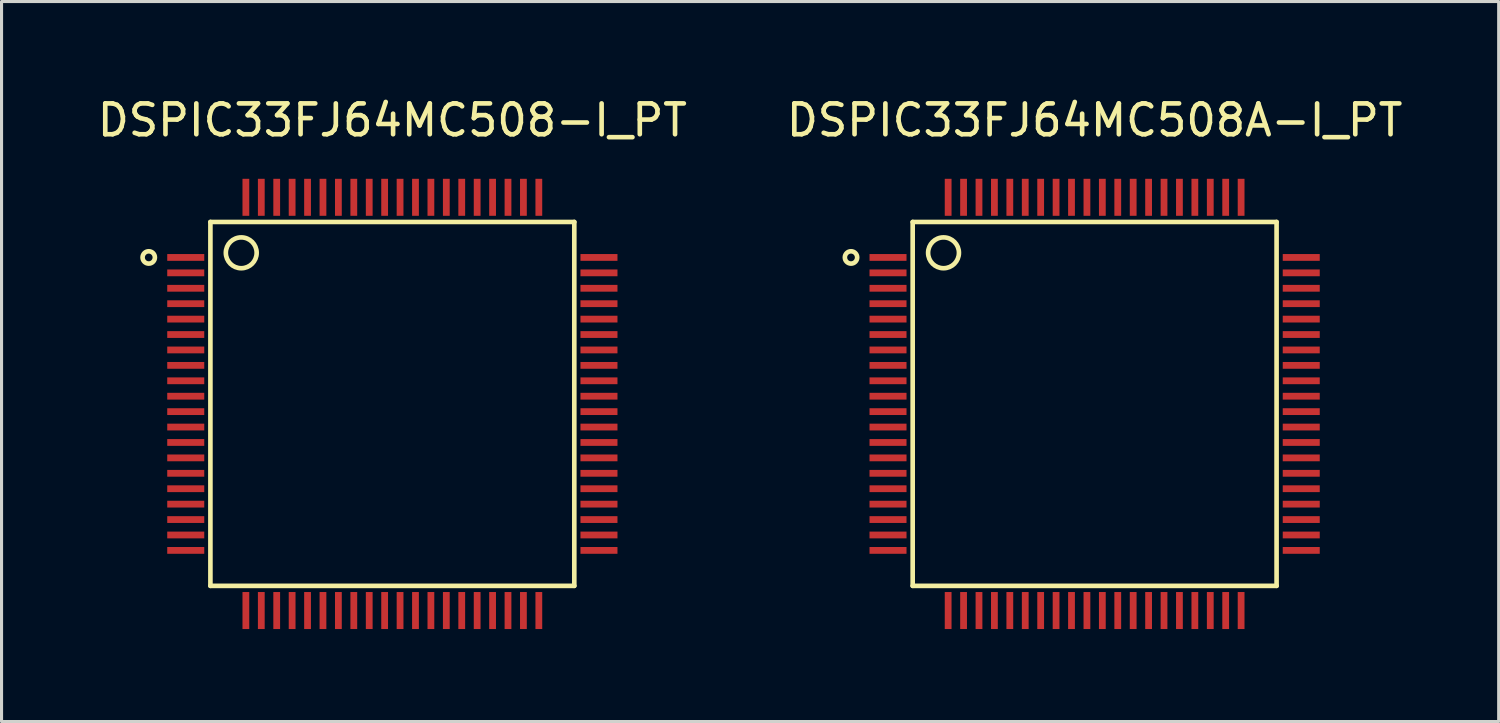
<source format=kicad_pcb>
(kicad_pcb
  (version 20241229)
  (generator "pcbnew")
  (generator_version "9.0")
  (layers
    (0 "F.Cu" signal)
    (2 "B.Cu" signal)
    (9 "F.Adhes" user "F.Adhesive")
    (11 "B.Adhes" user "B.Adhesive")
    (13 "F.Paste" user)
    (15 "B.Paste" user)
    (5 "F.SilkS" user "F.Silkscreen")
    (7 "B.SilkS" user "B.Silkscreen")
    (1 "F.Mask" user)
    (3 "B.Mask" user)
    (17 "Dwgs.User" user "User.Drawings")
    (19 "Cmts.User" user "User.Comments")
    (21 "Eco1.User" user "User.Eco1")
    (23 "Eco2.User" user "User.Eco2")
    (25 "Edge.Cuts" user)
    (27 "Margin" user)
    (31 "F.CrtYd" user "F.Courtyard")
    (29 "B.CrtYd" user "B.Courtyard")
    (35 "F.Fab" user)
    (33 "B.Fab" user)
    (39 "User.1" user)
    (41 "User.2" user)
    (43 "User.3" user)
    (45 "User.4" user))
  (footprint "DSPIC33FJ64MC508-I_PT"
    (layer "F.Cu")
    (at 2.973 3.348)
    (property "Reference" "DSPIC33FJ64MC508-I_PT" (at 6.7 -2.5 0) (layer "F.SilkS") (effects (font (size 1 1) (thickness 0.15))))
    (attr through_hole)
    (fp_line (start 0.8 0.8) (end 0.8 12.6) (stroke (width 0.15) (type solid)) (layer "F.SilkS"))
    (fp_line (start 0.8 0.8) (end 12.6 0.8) (stroke (width 0.15) (type solid)) (layer "F.SilkS"))
    (fp_line (start 0.8 12.6) (end 12.6 12.6) (stroke (width 0.15) (type solid)) (layer "F.SilkS"))
    (fp_line (start 12.6 12.6) (end 12.6 0.8) (stroke (width 0.15) (type solid)) (layer "F.SilkS"))
    (fp_circle (center -1.2 1.95) (end -1.2 1.75) (stroke (width 0.15) (type solid)) (fill no) (layer "F.SilkS"))
    (fp_circle (center 1.8 1.8) (end 1.8 1.3) (stroke (width 0.15) (type solid)) (fill no) (layer "F.SilkS"))
    (pad "1" smd rect (at 0 1.95) (size 1.2 0.22) (layers "F.Cu" "F.Mask" "F.Paste"))
    (pad "2" smd rect (at 0 2.45) (size 1.2 0.22) (layers "F.Cu" "F.Mask" "F.Paste"))
    (pad "3" smd rect (at 0 2.95) (size 1.2 0.22) (layers "F.Cu" "F.Mask" "F.Paste"))
    (pad "4" smd rect (at 0 3.45) (size 1.2 0.22) (layers "F.Cu" "F.Mask" "F.Paste"))
    (pad "5" smd rect (at 0 3.95) (size 1.2 0.22) (layers "F.Cu" "F.Mask" "F.Paste"))
    (pad "6" smd rect (at 0 4.45) (size 1.2 0.22) (layers "F.Cu" "F.Mask" "F.Paste"))
    (pad "7" smd rect (at 0 4.95) (size 1.2 0.22) (layers "F.Cu" "F.Mask" "F.Paste"))
    (pad "8" smd rect (at 0 5.45) (size 1.2 0.22) (layers "F.Cu" "F.Mask" "F.Paste"))
    (pad "9" smd rect (at 0 5.95) (size 1.2 0.22) (layers "F.Cu" "F.Mask" "F.Paste"))
    (pad "10" smd rect (at 0 6.45) (size 1.2 0.22) (layers "F.Cu" "F.Mask" "F.Paste"))
    (pad "11" smd rect (at 0 6.95) (size 1.2 0.22) (layers "F.Cu" "F.Mask" "F.Paste"))
    (pad "12" smd rect (at 0 7.45) (size 1.2 0.22) (layers "F.Cu" "F.Mask" "F.Paste"))
    (pad "13" smd rect (at 0 7.95) (size 1.2 0.22) (layers "F.Cu" "F.Mask" "F.Paste"))
    (pad "14" smd rect (at 0 8.45) (size 1.2 0.22) (layers "F.Cu" "F.Mask" "F.Paste"))
    (pad "15" smd rect (at 0 8.95) (size 1.2 0.22) (layers "F.Cu" "F.Mask" "F.Paste"))
    (pad "16" smd rect (at 0 9.45) (size 1.2 0.22) (layers "F.Cu" "F.Mask" "F.Paste"))
    (pad "17" smd rect (at 0 9.95) (size 1.2 0.22) (layers "F.Cu" "F.Mask" "F.Paste"))
    (pad "18" smd rect (at 0 10.45) (size 1.2 0.22) (layers "F.Cu" "F.Mask" "F.Paste"))
    (pad "19" smd rect (at 0 10.95) (size 1.2 0.22) (layers "F.Cu" "F.Mask" "F.Paste"))
    (pad "20" smd rect (at 0 11.45) (size 1.2 0.22) (layers "F.Cu" "F.Mask" "F.Paste"))
    (pad "21" smd rect (at 1.95 13.4) (size 0.22 1.2) (layers "F.Cu" "F.Mask" "F.Paste"))
    (pad "22" smd rect (at 2.45 13.4) (size 0.22 1.2) (layers "F.Cu" "F.Mask" "F.Paste"))
    (pad "23" smd rect (at 2.95 13.4) (size 0.22 1.2) (layers "F.Cu" "F.Mask" "F.Paste"))
    (pad "24" smd rect (at 3.45 13.4) (size 0.22 1.2) (layers "F.Cu" "F.Mask" "F.Paste"))
    (pad "25" smd rect (at 3.95 13.4) (size 0.22 1.2) (layers "F.Cu" "F.Mask" "F.Paste"))
    (pad "26" smd rect (at 4.45 13.4) (size 0.22 1.2) (layers "F.Cu" "F.Mask" "F.Paste"))
    (pad "27" smd rect (at 4.95 13.4) (size 0.22 1.2) (layers "F.Cu" "F.Mask" "F.Paste"))
    (pad "28" smd rect (at 5.45 13.4) (size 0.22 1.2) (layers "F.Cu" "F.Mask" "F.Paste"))
    (pad "29" smd rect (at 5.95 13.4) (size 0.22 1.2) (layers "F.Cu" "F.Mask" "F.Paste"))
    (pad "30" smd rect (at 6.45 13.4) (size 0.22 1.2) (layers "F.Cu" "F.Mask" "F.Paste"))
    (pad "31" smd rect (at 6.95 13.4) (size 0.22 1.2) (layers "F.Cu" "F.Mask" "F.Paste"))
    (pad "32" smd rect (at 7.45 13.4) (size 0.22 1.2) (layers "F.Cu" "F.Mask" "F.Paste"))
    (pad "33" smd rect (at 7.95 13.4) (size 0.22 1.2) (layers "F.Cu" "F.Mask" "F.Paste"))
    (pad "34" smd rect (at 8.45 13.4) (size 0.22 1.2) (layers "F.Cu" "F.Mask" "F.Paste"))
    (pad "35" smd rect (at 8.95 13.4) (size 0.22 1.2) (layers "F.Cu" "F.Mask" "F.Paste"))
    (pad "36" smd rect (at 9.45 13.4) (size 0.22 1.2) (layers "F.Cu" "F.Mask" "F.Paste"))
    (pad "37" smd rect (at 9.95 13.4) (size 0.22 1.2) (layers "F.Cu" "F.Mask" "F.Paste"))
    (pad "38" smd rect (at 10.45 13.4) (size 0.22 1.2) (layers "F.Cu" "F.Mask" "F.Paste"))
    (pad "39" smd rect (at 10.95 13.4) (size 0.22 1.2) (layers "F.Cu" "F.Mask" "F.Paste"))
    (pad "40" smd rect (at 11.45 13.4) (size 0.22 1.2) (layers "F.Cu" "F.Mask" "F.Paste"))
    (pad "41" smd rect (at 13.4 11.45) (size 1.2 0.22) (layers "F.Cu" "F.Mask" "F.Paste"))
    (pad "42" smd rect (at 13.4 10.95) (size 1.2 0.22) (layers "F.Cu" "F.Mask" "F.Paste"))
    (pad "43" smd rect (at 13.4 10.45) (size 1.2 0.22) (layers "F.Cu" "F.Mask" "F.Paste"))
    (pad "44" smd rect (at 13.4 9.95) (size 1.2 0.22) (layers "F.Cu" "F.Mask" "F.Paste"))
    (pad "45" smd rect (at 13.4 9.45) (size 1.2 0.22) (layers "F.Cu" "F.Mask" "F.Paste"))
    (pad "46" smd rect (at 13.4 8.95) (size 1.2 0.22) (layers "F.Cu" "F.Mask" "F.Paste"))
    (pad "47" smd rect (at 13.4 8.45) (size 1.2 0.22) (layers "F.Cu" "F.Mask" "F.Paste"))
    (pad "48" smd rect (at 13.4 7.95) (size 1.2 0.22) (layers "F.Cu" "F.Mask" "F.Paste"))
    (pad "49" smd rect (at 13.4 7.45) (size 1.2 0.22) (layers "F.Cu" "F.Mask" "F.Paste"))
    (pad "50" smd rect (at 13.4 6.95) (size 1.2 0.22) (layers "F.Cu" "F.Mask" "F.Paste"))
    (pad "51" smd rect (at 13.4 6.45) (size 1.2 0.22) (layers "F.Cu" "F.Mask" "F.Paste"))
    (pad "52" smd rect (at 13.4 5.95) (size 1.2 0.22) (layers "F.Cu" "F.Mask" "F.Paste"))
    (pad "53" smd rect (at 13.4 5.45) (size 1.2 0.22) (layers "F.Cu" "F.Mask" "F.Paste"))
    (pad "54" smd rect (at 13.4 4.95) (size 1.2 0.22) (layers "F.Cu" "F.Mask" "F.Paste"))
    (pad "55" smd rect (at 13.4 4.45) (size 1.2 0.22) (layers "F.Cu" "F.Mask" "F.Paste"))
    (pad "56" smd rect (at 13.4 3.95) (size 1.2 0.22) (layers "F.Cu" "F.Mask" "F.Paste"))
    (pad "57" smd rect (at 13.4 3.45) (size 1.2 0.22) (layers "F.Cu" "F.Mask" "F.Paste"))
    (pad "58" smd rect (at 13.4 2.95) (size 1.2 0.22) (layers "F.Cu" "F.Mask" "F.Paste"))
    (pad "59" smd rect (at 13.4 2.45) (size 1.2 0.22) (layers "F.Cu" "F.Mask" "F.Paste"))
    (pad "60" smd rect (at 13.4 1.95) (size 1.2 0.22) (layers "F.Cu" "F.Mask" "F.Paste"))
    (pad "61" smd rect (at 11.45 0) (size 0.22 1.2) (layers "F.Cu" "F.Mask" "F.Paste"))
    (pad "62" smd rect (at 10.95 0) (size 0.22 1.2) (layers "F.Cu" "F.Mask" "F.Paste"))
    (pad "63" smd rect (at 10.45 0) (size 0.22 1.2) (layers "F.Cu" "F.Mask" "F.Paste"))
    (pad "64" smd rect (at 9.95 0) (size 0.22 1.2) (layers "F.Cu" "F.Mask" "F.Paste"))
    (pad "65" smd rect (at 9.45 0) (size 0.22 1.2) (layers "F.Cu" "F.Mask" "F.Paste"))
    (pad "66" smd rect (at 8.95 0) (size 0.22 1.2) (layers "F.Cu" "F.Mask" "F.Paste"))
    (pad "67" smd rect (at 8.45 0) (size 0.22 1.2) (layers "F.Cu" "F.Mask" "F.Paste"))
    (pad "68" smd rect (at 7.95 0) (size 0.22 1.2) (layers "F.Cu" "F.Mask" "F.Paste"))
    (pad "69" smd rect (at 7.45 0) (size 0.22 1.2) (layers "F.Cu" "F.Mask" "F.Paste"))
    (pad "70" smd rect (at 6.95 0) (size 0.22 1.2) (layers "F.Cu" "F.Mask" "F.Paste"))
    (pad "71" smd rect (at 6.45 0) (size 0.22 1.2) (layers "F.Cu" "F.Mask" "F.Paste"))
    (pad "72" smd rect (at 5.95 0) (size 0.22 1.2) (layers "F.Cu" "F.Mask" "F.Paste"))
    (pad "73" smd rect (at 5.45 0) (size 0.22 1.2) (layers "F.Cu" "F.Mask" "F.Paste"))
    (pad "74" smd rect (at 4.95 0) (size 0.22 1.2) (layers "F.Cu" "F.Mask" "F.Paste"))
    (pad "75" smd rect (at 4.45 0) (size 0.22 1.2) (layers "F.Cu" "F.Mask" "F.Paste"))
    (pad "76" smd rect (at 3.95 0) (size 0.22 1.2) (layers "F.Cu" "F.Mask" "F.Paste"))
    (pad "77" smd rect (at 3.45 0) (size 0.22 1.2) (layers "F.Cu" "F.Mask" "F.Paste"))
    (pad "78" smd rect (at 2.95 0) (size 0.22 1.2) (layers "F.Cu" "F.Mask" "F.Paste"))
    (pad "79" smd rect (at 2.45 0) (size 0.22 1.2) (layers "F.Cu" "F.Mask" "F.Paste"))
    (pad "80" smd rect (at 1.95 0) (size 0.22 1.2) (layers "F.Cu" "F.Mask" "F.Paste")))
  (footprint "DSPIC33FJ64MC508A-I_PT"
    (layer "F.Cu")
    (at 25.746 3.348)
    (property "Reference" "DSPIC33FJ64MC508A-I_PT" (at 6.7 -2.5 0) (layer "F.SilkS") (effects (font (size 1 1) (thickness 0.15))))
    (attr through_hole)
    (fp_line (start 0.8 0.8) (end 0.8 12.6) (stroke (width 0.15) (type solid)) (layer "F.SilkS"))
    (fp_line (start 0.8 0.8) (end 12.6 0.8) (stroke (width 0.15) (type solid)) (layer "F.SilkS"))
    (fp_line (start 0.8 12.6) (end 12.6 12.6) (stroke (width 0.15) (type solid)) (layer "F.SilkS"))
    (fp_line (start 12.6 12.6) (end 12.6 0.8) (stroke (width 0.15) (type solid)) (layer "F.SilkS"))
    (fp_circle (center -1.2 1.95) (end -1.2 1.75) (stroke (width 0.15) (type solid)) (fill no) (layer "F.SilkS"))
    (fp_circle (center 1.8 1.8) (end 1.8 1.3) (stroke (width 0.15) (type solid)) (fill no) (layer "F.SilkS"))
    (pad "1" smd rect (at 0 1.95) (size 1.2 0.22) (layers "F.Cu" "F.Mask" "F.Paste"))
    (pad "2" smd rect (at 0 2.45) (size 1.2 0.22) (layers "F.Cu" "F.Mask" "F.Paste"))
    (pad "3" smd rect (at 0 2.95) (size 1.2 0.22) (layers "F.Cu" "F.Mask" "F.Paste"))
    (pad "4" smd rect (at 0 3.45) (size 1.2 0.22) (layers "F.Cu" "F.Mask" "F.Paste"))
    (pad "5" smd rect (at 0 3.95) (size 1.2 0.22) (layers "F.Cu" "F.Mask" "F.Paste"))
    (pad "6" smd rect (at 0 4.45) (size 1.2 0.22) (layers "F.Cu" "F.Mask" "F.Paste"))
    (pad "7" smd rect (at 0 4.95) (size 1.2 0.22) (layers "F.Cu" "F.Mask" "F.Paste"))
    (pad "8" smd rect (at 0 5.45) (size 1.2 0.22) (layers "F.Cu" "F.Mask" "F.Paste"))
    (pad "9" smd rect (at 0 5.95) (size 1.2 0.22) (layers "F.Cu" "F.Mask" "F.Paste"))
    (pad "10" smd rect (at 0 6.45) (size 1.2 0.22) (layers "F.Cu" "F.Mask" "F.Paste"))
    (pad "11" smd rect (at 0 6.95) (size 1.2 0.22) (layers "F.Cu" "F.Mask" "F.Paste"))
    (pad "12" smd rect (at 0 7.45) (size 1.2 0.22) (layers "F.Cu" "F.Mask" "F.Paste"))
    (pad "13" smd rect (at 0 7.95) (size 1.2 0.22) (layers "F.Cu" "F.Mask" "F.Paste"))
    (pad "14" smd rect (at 0 8.45) (size 1.2 0.22) (layers "F.Cu" "F.Mask" "F.Paste"))
    (pad "15" smd rect (at 0 8.95) (size 1.2 0.22) (layers "F.Cu" "F.Mask" "F.Paste"))
    (pad "16" smd rect (at 0 9.45) (size 1.2 0.22) (layers "F.Cu" "F.Mask" "F.Paste"))
    (pad "17" smd rect (at 0 9.95) (size 1.2 0.22) (layers "F.Cu" "F.Mask" "F.Paste"))
    (pad "18" smd rect (at 0 10.45) (size 1.2 0.22) (layers "F.Cu" "F.Mask" "F.Paste"))
    (pad "19" smd rect (at 0 10.95) (size 1.2 0.22) (layers "F.Cu" "F.Mask" "F.Paste"))
    (pad "20" smd rect (at 0 11.45) (size 1.2 0.22) (layers "F.Cu" "F.Mask" "F.Paste"))
    (pad "21" smd rect (at 1.95 13.4) (size 0.22 1.2) (layers "F.Cu" "F.Mask" "F.Paste"))
    (pad "22" smd rect (at 2.45 13.4) (size 0.22 1.2) (layers "F.Cu" "F.Mask" "F.Paste"))
    (pad "23" smd rect (at 2.95 13.4) (size 0.22 1.2) (layers "F.Cu" "F.Mask" "F.Paste"))
    (pad "24" smd rect (at 3.45 13.4) (size 0.22 1.2) (layers "F.Cu" "F.Mask" "F.Paste"))
    (pad "25" smd rect (at 3.95 13.4) (size 0.22 1.2) (layers "F.Cu" "F.Mask" "F.Paste"))
    (pad "26" smd rect (at 4.45 13.4) (size 0.22 1.2) (layers "F.Cu" "F.Mask" "F.Paste"))
    (pad "27" smd rect (at 4.95 13.4) (size 0.22 1.2) (layers "F.Cu" "F.Mask" "F.Paste"))
    (pad "28" smd rect (at 5.45 13.4) (size 0.22 1.2) (layers "F.Cu" "F.Mask" "F.Paste"))
    (pad "29" smd rect (at 5.95 13.4) (size 0.22 1.2) (layers "F.Cu" "F.Mask" "F.Paste"))
    (pad "30" smd rect (at 6.45 13.4) (size 0.22 1.2) (layers "F.Cu" "F.Mask" "F.Paste"))
    (pad "31" smd rect (at 6.95 13.4) (size 0.22 1.2) (layers "F.Cu" "F.Mask" "F.Paste"))
    (pad "32" smd rect (at 7.45 13.4) (size 0.22 1.2) (layers "F.Cu" "F.Mask" "F.Paste"))
    (pad "33" smd rect (at 7.95 13.4) (size 0.22 1.2) (layers "F.Cu" "F.Mask" "F.Paste"))
    (pad "34" smd rect (at 8.45 13.4) (size 0.22 1.2) (layers "F.Cu" "F.Mask" "F.Paste"))
    (pad "35" smd rect (at 8.95 13.4) (size 0.22 1.2) (layers "F.Cu" "F.Mask" "F.Paste"))
    (pad "36" smd rect (at 9.45 13.4) (size 0.22 1.2) (layers "F.Cu" "F.Mask" "F.Paste"))
    (pad "37" smd rect (at 9.95 13.4) (size 0.22 1.2) (layers "F.Cu" "F.Mask" "F.Paste"))
    (pad "38" smd rect (at 10.45 13.4) (size 0.22 1.2) (layers "F.Cu" "F.Mask" "F.Paste"))
    (pad "39" smd rect (at 10.95 13.4) (size 0.22 1.2) (layers "F.Cu" "F.Mask" "F.Paste"))
    (pad "40" smd rect (at 11.45 13.4) (size 0.22 1.2) (layers "F.Cu" "F.Mask" "F.Paste"))
    (pad "41" smd rect (at 13.4 11.45) (size 1.2 0.22) (layers "F.Cu" "F.Mask" "F.Paste"))
    (pad "42" smd rect (at 13.4 10.95) (size 1.2 0.22) (layers "F.Cu" "F.Mask" "F.Paste"))
    (pad "43" smd rect (at 13.4 10.45) (size 1.2 0.22) (layers "F.Cu" "F.Mask" "F.Paste"))
    (pad "44" smd rect (at 13.4 9.95) (size 1.2 0.22) (layers "F.Cu" "F.Mask" "F.Paste"))
    (pad "45" smd rect (at 13.4 9.45) (size 1.2 0.22) (layers "F.Cu" "F.Mask" "F.Paste"))
    (pad "46" smd rect (at 13.4 8.95) (size 1.2 0.22) (layers "F.Cu" "F.Mask" "F.Paste"))
    (pad "47" smd rect (at 13.4 8.45) (size 1.2 0.22) (layers "F.Cu" "F.Mask" "F.Paste"))
    (pad "48" smd rect (at 13.4 7.95) (size 1.2 0.22) (layers "F.Cu" "F.Mask" "F.Paste"))
    (pad "49" smd rect (at 13.4 7.45) (size 1.2 0.22) (layers "F.Cu" "F.Mask" "F.Paste"))
    (pad "50" smd rect (at 13.4 6.95) (size 1.2 0.22) (layers "F.Cu" "F.Mask" "F.Paste"))
    (pad "51" smd rect (at 13.4 6.45) (size 1.2 0.22) (layers "F.Cu" "F.Mask" "F.Paste"))
    (pad "52" smd rect (at 13.4 5.95) (size 1.2 0.22) (layers "F.Cu" "F.Mask" "F.Paste"))
    (pad "53" smd rect (at 13.4 5.45) (size 1.2 0.22) (layers "F.Cu" "F.Mask" "F.Paste"))
    (pad "54" smd rect (at 13.4 4.95) (size 1.2 0.22) (layers "F.Cu" "F.Mask" "F.Paste"))
    (pad "55" smd rect (at 13.4 4.45) (size 1.2 0.22) (layers "F.Cu" "F.Mask" "F.Paste"))
    (pad "56" smd rect (at 13.4 3.95) (size 1.2 0.22) (layers "F.Cu" "F.Mask" "F.Paste"))
    (pad "57" smd rect (at 13.4 3.45) (size 1.2 0.22) (layers "F.Cu" "F.Mask" "F.Paste"))
    (pad "58" smd rect (at 13.4 2.95) (size 1.2 0.22) (layers "F.Cu" "F.Mask" "F.Paste"))
    (pad "59" smd rect (at 13.4 2.45) (size 1.2 0.22) (layers "F.Cu" "F.Mask" "F.Paste"))
    (pad "60" smd rect (at 13.4 1.95) (size 1.2 0.22) (layers "F.Cu" "F.Mask" "F.Paste"))
    (pad "61" smd rect (at 11.45 0) (size 0.22 1.2) (layers "F.Cu" "F.Mask" "F.Paste"))
    (pad "62" smd rect (at 10.95 0) (size 0.22 1.2) (layers "F.Cu" "F.Mask" "F.Paste"))
    (pad "63" smd rect (at 10.45 0) (size 0.22 1.2) (layers "F.Cu" "F.Mask" "F.Paste"))
    (pad "64" smd rect (at 9.95 0) (size 0.22 1.2) (layers "F.Cu" "F.Mask" "F.Paste"))
    (pad "65" smd rect (at 9.45 0) (size 0.22 1.2) (layers "F.Cu" "F.Mask" "F.Paste"))
    (pad "66" smd rect (at 8.95 0) (size 0.22 1.2) (layers "F.Cu" "F.Mask" "F.Paste"))
    (pad "67" smd rect (at 8.45 0) (size 0.22 1.2) (layers "F.Cu" "F.Mask" "F.Paste"))
    (pad "68" smd rect (at 7.95 0) (size 0.22 1.2) (layers "F.Cu" "F.Mask" "F.Paste"))
    (pad "69" smd rect (at 7.45 0) (size 0.22 1.2) (layers "F.Cu" "F.Mask" "F.Paste"))
    (pad "70" smd rect (at 6.95 0) (size 0.22 1.2) (layers "F.Cu" "F.Mask" "F.Paste"))
    (pad "71" smd rect (at 6.45 0) (size 0.22 1.2) (layers "F.Cu" "F.Mask" "F.Paste"))
    (pad "72" smd rect (at 5.95 0) (size 0.22 1.2) (layers "F.Cu" "F.Mask" "F.Paste"))
    (pad "73" smd rect (at 5.45 0) (size 0.22 1.2) (layers "F.Cu" "F.Mask" "F.Paste"))
    (pad "74" smd rect (at 4.95 0) (size 0.22 1.2) (layers "F.Cu" "F.Mask" "F.Paste"))
    (pad "75" smd rect (at 4.45 0) (size 0.22 1.2) (layers "F.Cu" "F.Mask" "F.Paste"))
    (pad "76" smd rect (at 3.95 0) (size 0.22 1.2) (layers "F.Cu" "F.Mask" "F.Paste"))
    (pad "77" smd rect (at 3.45 0) (size 0.22 1.2) (layers "F.Cu" "F.Mask" "F.Paste"))
    (pad "78" smd rect (at 2.95 0) (size 0.22 1.2) (layers "F.Cu" "F.Mask" "F.Paste"))
    (pad "79" smd rect (at 2.45 0) (size 0.22 1.2) (layers "F.Cu" "F.Mask" "F.Paste"))
    (pad "80" smd rect (at 1.95 0) (size 0.22 1.2) (layers "F.Cu" "F.Mask" "F.Paste")))
  (gr_rect
    (start -3 -3)
    (end 45.548 20.348)
    (stroke (width 0.1) (type default))
    (fill no)
    (layer "Edge.Cuts")))
</source>
